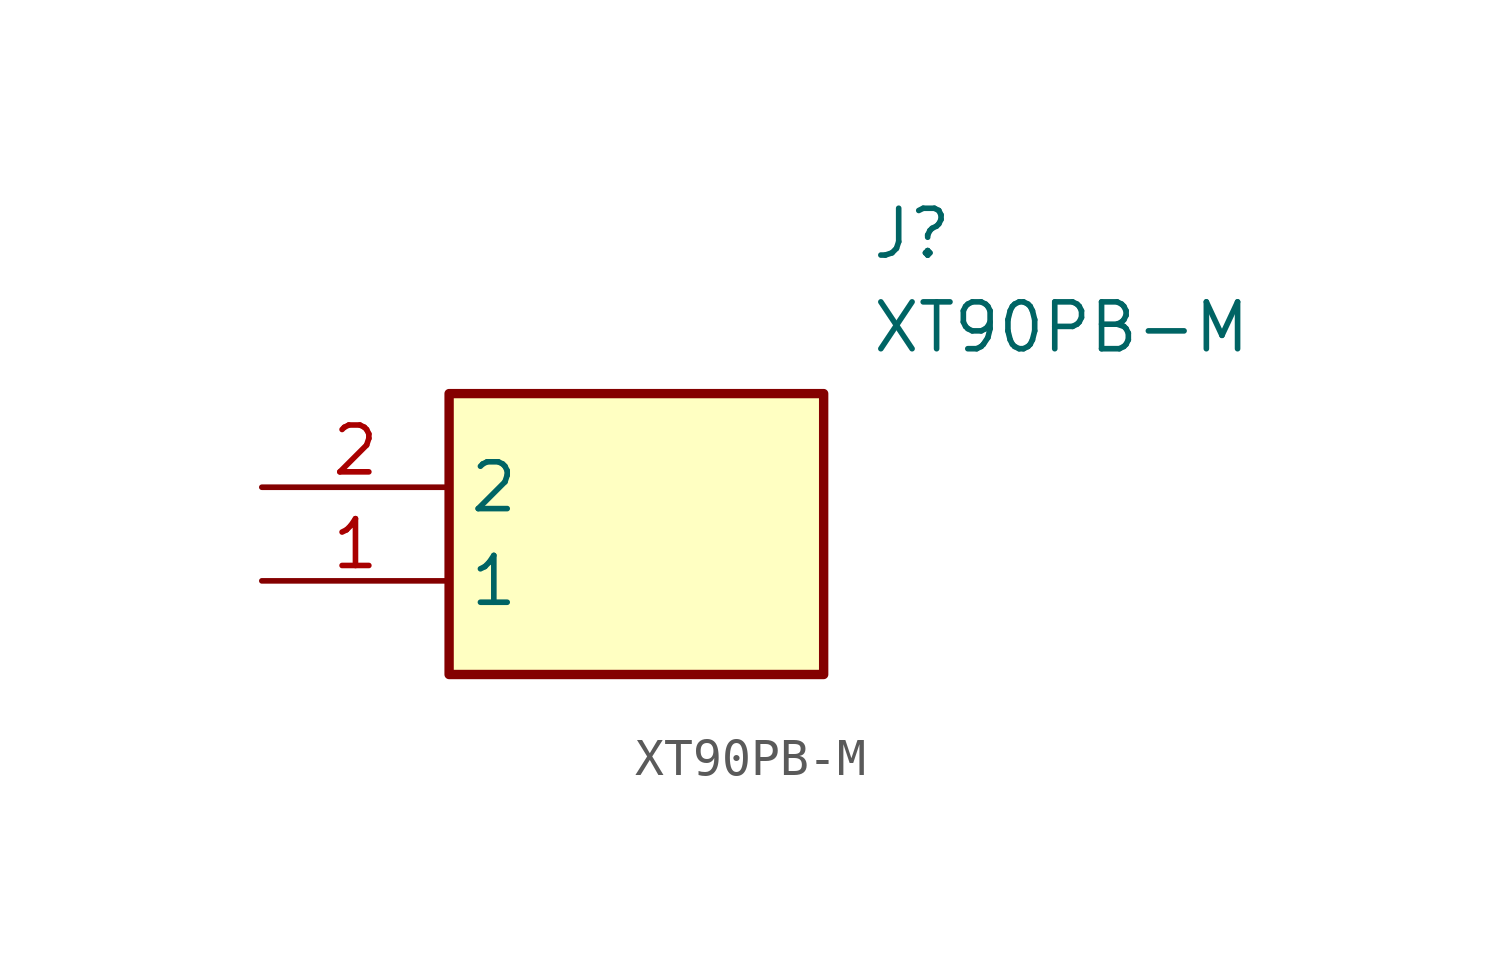
<source format=kicad_sym>
(kicad_symbol_lib
  (version 20241209)
  (generator "kicad_symbol_editor")
  (generator_version "9.0")
  (symbol "XT90PB-M"
    (property "Reference" "J"
      (at 16.51 7.62 0)
      (effects (font (size 1.27 1.27)) (justify left top)))
    (property "Value" "XT90PB-M"
      (at 16.51 5.08 0)
      (effects (font (size 1.27 1.27)) (justify left top)))
    (symbol "XT90PB-M_1_1"
      (rectangle (start 5.08 2.54) (end 15.24 -5.08) (stroke (width 0.254) (type default)) (fill (type background)))
      (pin passive line (at 0 0 0) (length 5.08) (name "2" (effects (font (size 1.27 1.27)))) (number "2" (effects (font (size 1.27 1.27)))))
      (pin passive line (at 0 -2.54 0) (length 5.08) (name "1" (effects (font (size 1.27 1.27)))) (number "1" (effects (font (size 1.27 1.27))))))))
</source>
